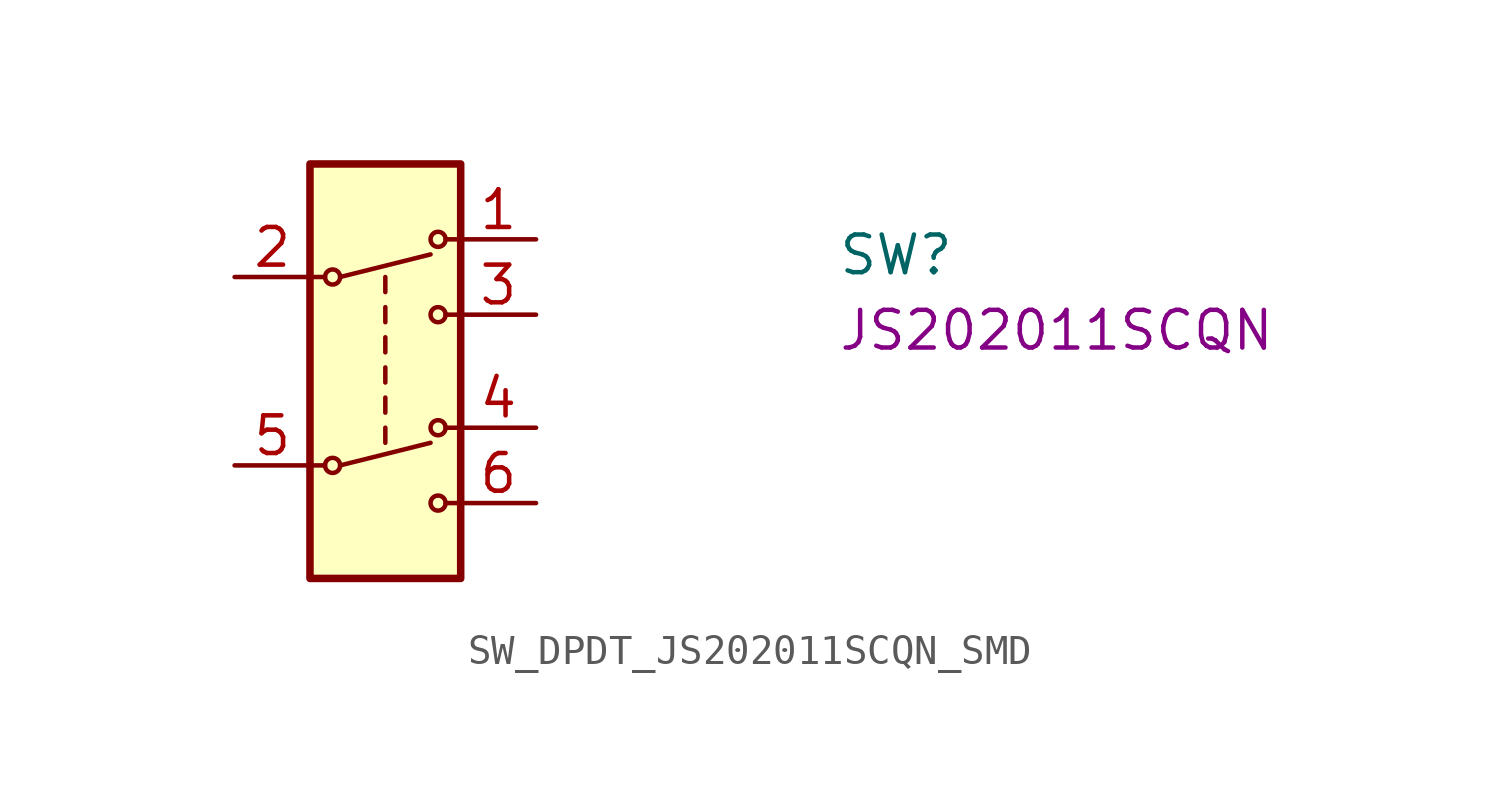
<source format=kicad_sym>
(kicad_symbol_lib
  (version 20220914)
  (generator kicad_symbol_editor)
  (symbol "SW_DPDT_JS202011SCQN_SMD"
    (pin_names hide)
    (property "Reference" "SW"
      (at 20.32 0 0)
      (effects (font (size 1.27 1.27) (thickness 0.15)) (justify left bottom)))
    (property "MPN" "JS202011SCQN"
      (at 20.32 -2.54 0)
      (effects (font (size 1.27 1.27) (thickness 0.15)) (justify left bottom)))
    (symbol "SW_DPDT_JS202011SCQN_SMD_0_1"
      (polyline (pts (xy 5.08 -5.08) (xy 5.08 -5.588)) (stroke (width 0.152) (type default)) (fill (type none)))
      (polyline (pts (xy 5.08 -4.064) (xy 5.08 -4.572)) (stroke (width 0.152) (type default)) (fill (type none)))
      (polyline (pts (xy 5.08 -3.048) (xy 5.08 -3.556)) (stroke (width 0.152) (type default)) (fill (type none)))
      (polyline (pts (xy 5.08 -2.032) (xy 5.08 -2.54)) (stroke (width 0.152) (type default)) (fill (type none)))
      (polyline (pts (xy 5.08 -1.016) (xy 5.08 -1.524)) (stroke (width 0.152) (type default)) (fill (type none)))
      (polyline (pts (xy 5.08 0) (xy 5.08 -0.508)) (stroke (width 0.152) (type default)) (fill (type none))))
    (symbol "SW_DPDT_JS202011SCQN_SMD_1_1"
      (polyline (pts (xy 2.54 -6.35) (xy 3.048 -6.35)) (stroke (width 0.152) (type default)) (fill (type none)))
      (polyline (pts (xy 2.54 0) (xy 3.048 0)) (stroke (width 0.152) (type default)) (fill (type none)))
      (polyline (pts (xy 3.556 -6.35) (xy 6.604 -5.588)) (stroke (width 0.152) (type default)) (fill (type none)))
      (polyline (pts (xy 3.556 0) (xy 6.604 0.762)) (stroke (width 0.152) (type default)) (fill (type none)))
      (polyline (pts (xy 7.62 -7.62) (xy 7.112 -7.62)) (stroke (width 0.152) (type default)) (fill (type none)))
      (polyline (pts (xy 7.62 -5.08) (xy 7.112 -5.08)) (stroke (width 0.152) (type default)) (fill (type none)))
      (polyline (pts (xy 7.62 -1.27) (xy 7.112 -1.27)) (stroke (width 0.152) (type default)) (fill (type none)))
      (polyline (pts (xy 7.62 1.27) (xy 7.112 1.27)) (stroke (width 0.152) (type default)) (fill (type none)))
      (rectangle (start 2.54 3.81) (end 7.62 -10.16) (stroke (width 0.254) (type default)) (fill (type background)))
      (circle (center 3.302 -6.35) (radius 0.254) (stroke (width 0.152) (type default)) (fill (type none)))
      (circle (center 3.302 0) (radius 0.254) (stroke (width 0.152) (type default)) (fill (type none)))
      (circle (center 6.858 -7.62) (radius 0.254) (stroke (width 0.152) (type default)) (fill (type none)))
      (circle (center 6.858 -5.08) (radius 0.254) (stroke (width 0.152) (type default)) (fill (type none)))
      (circle (center 6.858 -1.27) (radius 0.254) (stroke (width 0.152) (type default)) (fill (type none)))
      (circle (center 6.858 1.27) (radius 0.254) (stroke (width 0.152) (type default)) (fill (type none)))
      (pin passive line (at 10.16 1.27 180) (length 2.54) (name "1" (effects (font (size 1.27 1.27)))) (number "1" (effects (font (size 1.27 1.27)))))
      (pin passive line (at 0 0 0) (length 2.54) (name "2" (effects (font (size 1.27 1.27)))) (number "2" (effects (font (size 1.27 1.27)))))
      (pin passive line (at 10.16 -1.27 180) (length 2.54) (name "3" (effects (font (size 1.27 1.27)))) (number "3" (effects (font (size 1.27 1.27)))))
      (pin passive line (at 10.16 -5.08 180) (length 2.54) (name "4" (effects (font (size 1.27 1.27)))) (number "4" (effects (font (size 1.27 1.27)))))
      (pin passive line (at 0 -6.35 0) (length 2.54) (name "5" (effects (font (size 1.27 1.27)))) (number "5" (effects (font (size 1.27 1.27)))))
      (pin passive line (at 10.16 -7.62 180) (length 2.54) (name "6" (effects (font (size 1.27 1.27)))) (number "6" (effects (font (size 1.27 1.27))))))))
</source>
